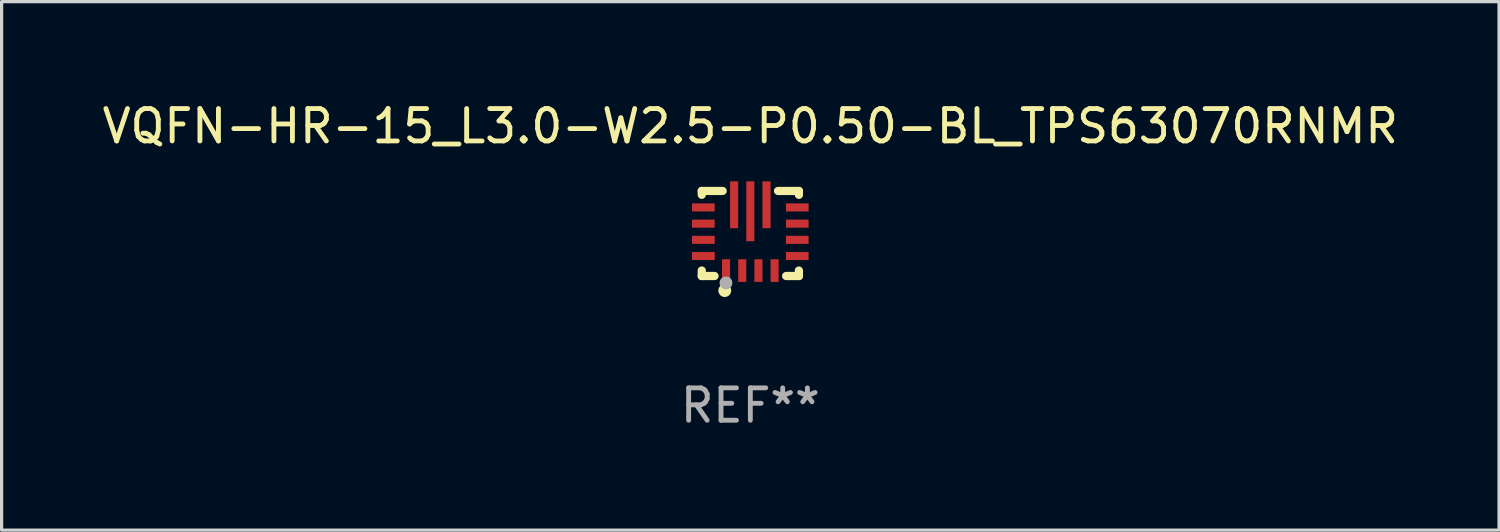
<source format=kicad_pcb>
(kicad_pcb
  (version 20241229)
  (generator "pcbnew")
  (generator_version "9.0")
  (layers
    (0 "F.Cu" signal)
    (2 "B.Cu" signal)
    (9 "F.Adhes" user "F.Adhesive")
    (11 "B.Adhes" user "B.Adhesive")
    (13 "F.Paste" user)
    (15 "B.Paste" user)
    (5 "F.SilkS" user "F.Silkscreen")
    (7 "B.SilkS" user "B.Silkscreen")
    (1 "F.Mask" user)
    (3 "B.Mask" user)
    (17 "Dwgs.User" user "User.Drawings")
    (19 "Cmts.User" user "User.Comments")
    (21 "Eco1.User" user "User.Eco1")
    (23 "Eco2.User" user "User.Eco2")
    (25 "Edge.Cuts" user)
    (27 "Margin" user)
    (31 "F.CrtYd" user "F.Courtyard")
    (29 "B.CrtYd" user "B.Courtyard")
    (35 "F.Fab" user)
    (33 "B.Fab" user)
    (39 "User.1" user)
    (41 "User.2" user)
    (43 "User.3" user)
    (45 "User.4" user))
  (footprint "VQFN-HR-15_L3.0-W2.5-P0.50-BL_TPS63070RNMR"
    (layer "F.Cu")
    (at 20.125 4.291)
    (property "Reference" "VQFN-HR-15_L3.0-W2.5-P0.50-BL_TPS63070RNMR" (at -0.000025 -3.443 0) (layer "F.SilkS") (effects (font (size 1 1) (thickness 0.15))))
    (attr smd)
    (fp_line (start -1.5 -1.443) (end -1.5 -1.324) (stroke (width 0.254) (type solid)) (layer "F.SilkS"))
    (fp_line (start -1.5 1.015) (end -1.5 1.184) (stroke (width 0.254) (type solid)) (layer "F.SilkS"))
    (fp_line (start -1.5 1.184) (end -1.106 1.184) (stroke (width 0.254) (type solid)) (layer "F.SilkS"))
    (fp_line (start -0.856 -1.443) (end -1.5 -1.443) (stroke (width 0.254) (type solid)) (layer "F.SilkS"))
    (fp_line (start 1.106 1.184) (end 1.5 1.184) (stroke (width 0.254) (type solid)) (layer "F.SilkS"))
    (fp_line (start 1.5 -1.443) (end 0.856 -1.443) (stroke (width 0.254) (type solid)) (layer "F.SilkS"))
    (fp_line (start 1.5 -1.324) (end 1.5 -1.443) (stroke (width 0.254) (type solid)) (layer "F.SilkS"))
    (fp_line (start 1.5 1.184) (end 1.5 1.015) (stroke (width 0.254) (type solid)) (layer "F.SilkS"))
    (fp_circle (center -1.5 1.066) (end -1.47 1.066) (stroke (width 0.06) (type solid)) (fill no) (layer "F.SilkS"))
    (fp_circle (center -0.79 1.634) (end -0.69 1.634) (stroke (width 0.2) (type solid)) (fill no) (layer "F.SilkS"))
    (fp_circle (center -0.752 1.397) (end -0.652 1.397) (stroke (width 0.2) (type solid)) (fill no) (layer "F.Fab"))
    (fp_text user "REF**" (at -0.000025 5.184 0) (layer "F.Fab") (effects (font (size 1 1) (thickness 0.15))))
    (pad "1" smd rect (at -0.75 1.016 180) (size 0.25 0.7) (layers "F.Cu" "F.Mask" "F.Paste"))
    (pad "2" smd rect (at -0.25 1.016 180) (size 0.25 0.7) (layers "F.Cu" "F.Mask" "F.Paste"))
    (pad "3" smd rect (at 0.25 1.016 180) (size 0.25 0.7) (layers "F.Cu" "F.Mask" "F.Paste"))
    (pad "4" smd rect (at 0.75 1.016 180) (size 0.25 0.7) (layers "F.Cu" "F.Mask" "F.Paste"))
    (pad "5" smd rect (at 1.45 0.566 270) (size 0.25 0.7) (layers "F.Cu" "F.Mask" "F.Paste"))
    (pad "6" smd rect (at 1.45 0.066 270) (size 0.25 0.7) (layers "F.Cu" "F.Mask" "F.Paste"))
    (pad "7" smd rect (at 1.45 -0.434 270) (size 0.25 0.7) (layers "F.Cu" "F.Mask" "F.Paste"))
    (pad "8" smd rect (at 1.45 -0.934 270) (size 0.25 0.7) (layers "F.Cu" "F.Mask" "F.Paste"))
    (pad "9" smd rect (at 0.5 -1.016) (size 0.25 1.45) (layers "F.Cu" "F.Mask" "F.Paste"))
    (pad "10" smd rect (at 0 -0.816) (size 0.25 1.85) (layers "F.Cu" "F.Mask" "F.Paste"))
    (pad "11" smd rect (at -0.5 -1.016) (size 0.25 1.45) (layers "F.Cu" "F.Mask" "F.Paste"))
    (pad "12" smd rect (at -1.45 -0.934 90) (size 0.25 0.7) (layers "F.Cu" "F.Mask" "F.Paste"))
    (pad "13" smd rect (at -1.45 -0.434 90) (size 0.25 0.7) (layers "F.Cu" "F.Mask" "F.Paste"))
    (pad "14" smd rect (at -1.45 0.066 90) (size 0.25 0.7) (layers "F.Cu" "F.Mask" "F.Paste"))
    (pad "15" smd rect (at -1.45 0.566 90) (size 0.25 0.7) (layers "F.Cu" "F.Mask" "F.Paste")))
  (gr_rect
    (start -3 -3)
    (end 43.25 13.324)
    (stroke (width 0.1) (type default))
    (fill no)
    (layer "Edge.Cuts")))
</source>
